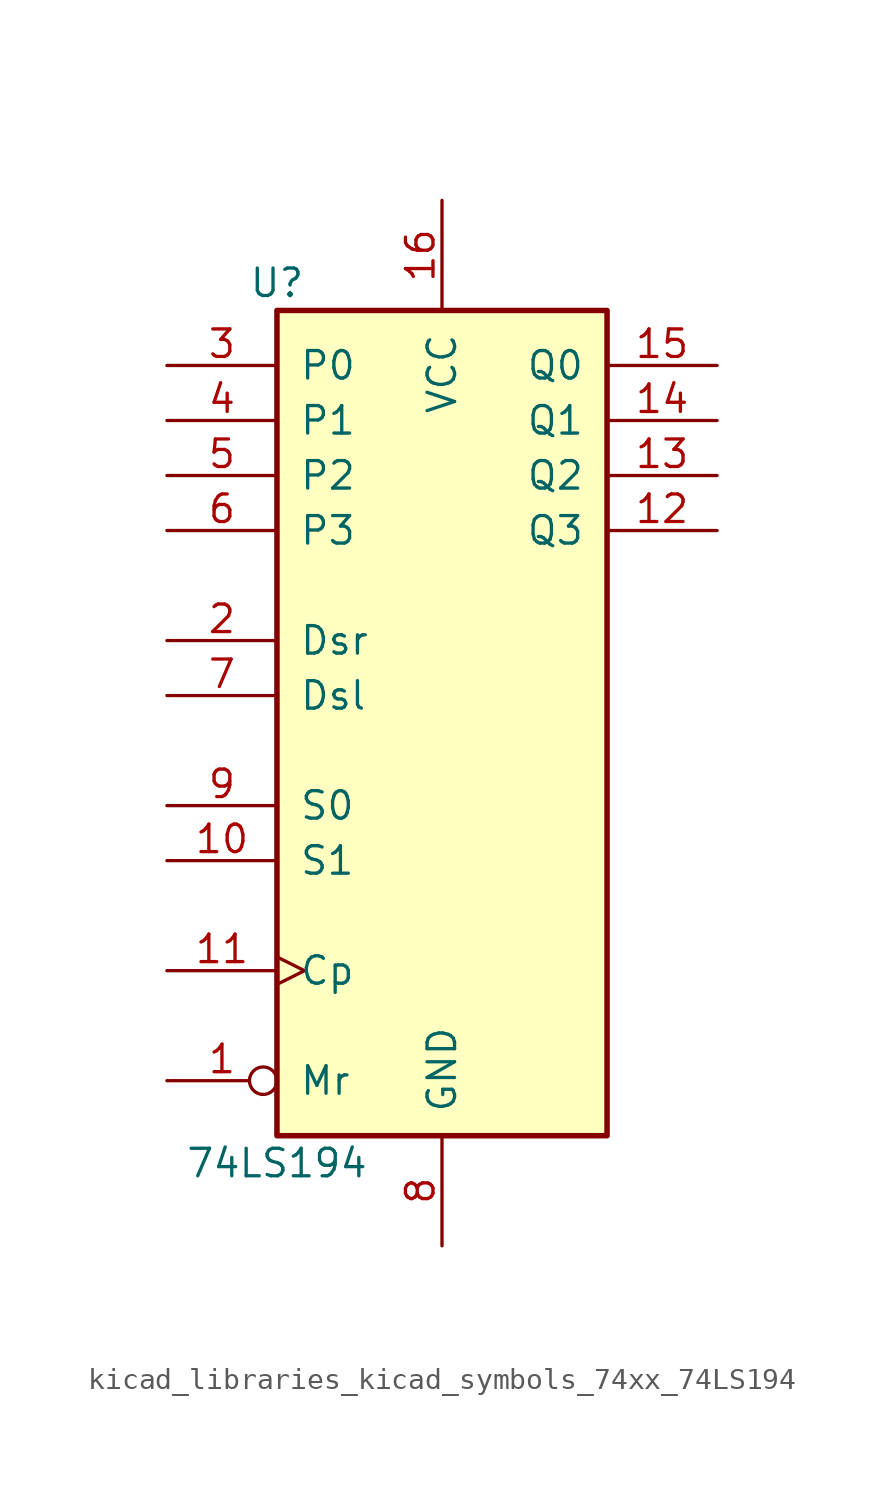
<source format=kicad_sym>
(kicad_symbol_lib
  (version 20220914)
  (generator kicad_symbol_editor)
  (symbol "kicad_libraries_kicad_symbols_74xx_74LS194"
    (pin_names
      (offset 1.016))
    (property "Reference" "U"
      (at -7.62 19.05 0)
      (effects (font (size 1.27 1.27))))
    (property "Value" "74LS194"
      (at -7.62 -21.59 0)
      (effects (font (size 1.27 1.27))))
    (property "ki_locked" ""
      (at 0 0 0)
      (effects (font (size 1.27 1.27))))
    (symbol "kicad_libraries_kicad_symbols_74xx_74LS194_1_0"
      (pin input inverted (at -12.7 -17.78 0) (length 5.08) (name "Mr" (effects (font (size 1.27 1.27)))) (number "1" (effects (font (size 1.27 1.27)))))
      (pin input line (at -12.7 -7.62 0) (length 5.08) (name "S1" (effects (font (size 1.27 1.27)))) (number "10" (effects (font (size 1.27 1.27)))))
      (pin input clock (at -12.7 -12.7 0) (length 5.08) (name "Cp" (effects (font (size 1.27 1.27)))) (number "11" (effects (font (size 1.27 1.27)))))
      (pin output line (at 12.7 7.62 180) (length 5.08) (name "Q3" (effects (font (size 1.27 1.27)))) (number "12" (effects (font (size 1.27 1.27)))))
      (pin output line (at 12.7 10.16 180) (length 5.08) (name "Q2" (effects (font (size 1.27 1.27)))) (number "13" (effects (font (size 1.27 1.27)))))
      (pin output line (at 12.7 12.7 180) (length 5.08) (name "Q1" (effects (font (size 1.27 1.27)))) (number "14" (effects (font (size 1.27 1.27)))))
      (pin output line (at 12.7 15.24 180) (length 5.08) (name "Q0" (effects (font (size 1.27 1.27)))) (number "15" (effects (font (size 1.27 1.27)))))
      (pin power_in line (at 0 22.86 270) (length 5.08) (name "VCC" (effects (font (size 1.27 1.27)))) (number "16" (effects (font (size 1.27 1.27)))))
      (pin input line (at -12.7 2.54 0) (length 5.08) (name "Dsr" (effects (font (size 1.27 1.27)))) (number "2" (effects (font (size 1.27 1.27)))))
      (pin input line (at -12.7 15.24 0) (length 5.08) (name "P0" (effects (font (size 1.27 1.27)))) (number "3" (effects (font (size 1.27 1.27)))))
      (pin input line (at -12.7 12.7 0) (length 5.08) (name "P1" (effects (font (size 1.27 1.27)))) (number "4" (effects (font (size 1.27 1.27)))))
      (pin input line (at -12.7 10.16 0) (length 5.08) (name "P2" (effects (font (size 1.27 1.27)))) (number "5" (effects (font (size 1.27 1.27)))))
      (pin input line (at -12.7 7.62 0) (length 5.08) (name "P3" (effects (font (size 1.27 1.27)))) (number "6" (effects (font (size 1.27 1.27)))))
      (pin input line (at -12.7 0 0) (length 5.08) (name "Dsl" (effects (font (size 1.27 1.27)))) (number "7" (effects (font (size 1.27 1.27)))))
      (pin power_in line (at 0 -25.4 90) (length 5.08) (name "GND" (effects (font (size 1.27 1.27)))) (number "8" (effects (font (size 1.27 1.27)))))
      (pin input line (at -12.7 -5.08 0) (length 5.08) (name "S0" (effects (font (size 1.27 1.27)))) (number "9" (effects (font (size 1.27 1.27))))))
    (symbol "kicad_libraries_kicad_symbols_74xx_74LS194_1_1"
      (rectangle (start -7.62 17.78) (end 7.62 -20.32) (stroke (width 0.254) (type default)) (fill (type background))))))
</source>
